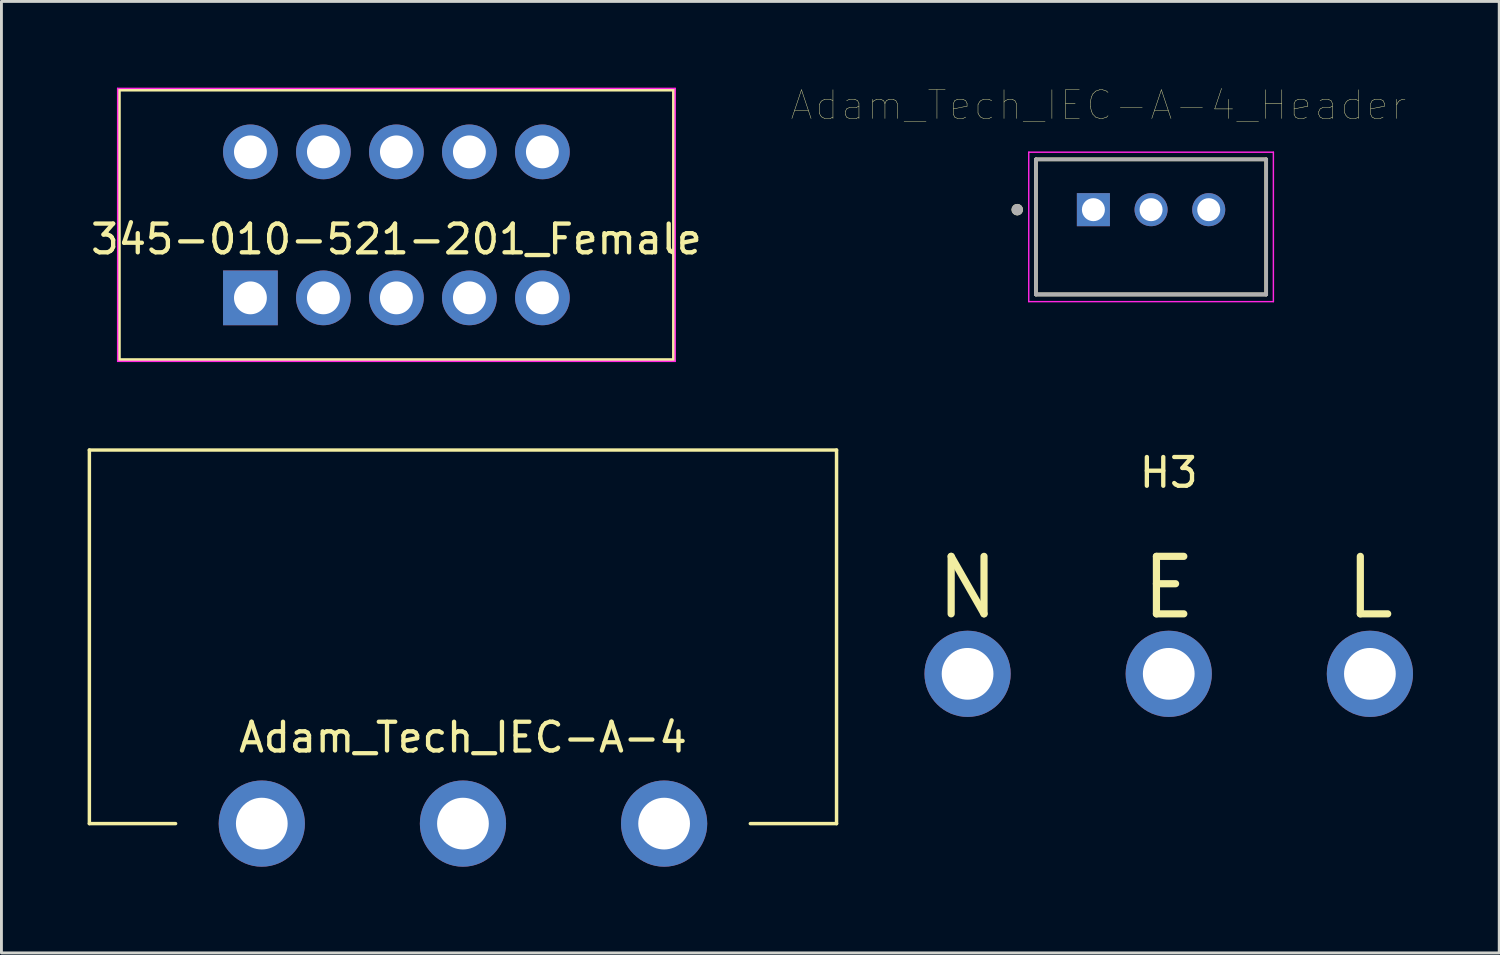
<source format=kicad_pcb>
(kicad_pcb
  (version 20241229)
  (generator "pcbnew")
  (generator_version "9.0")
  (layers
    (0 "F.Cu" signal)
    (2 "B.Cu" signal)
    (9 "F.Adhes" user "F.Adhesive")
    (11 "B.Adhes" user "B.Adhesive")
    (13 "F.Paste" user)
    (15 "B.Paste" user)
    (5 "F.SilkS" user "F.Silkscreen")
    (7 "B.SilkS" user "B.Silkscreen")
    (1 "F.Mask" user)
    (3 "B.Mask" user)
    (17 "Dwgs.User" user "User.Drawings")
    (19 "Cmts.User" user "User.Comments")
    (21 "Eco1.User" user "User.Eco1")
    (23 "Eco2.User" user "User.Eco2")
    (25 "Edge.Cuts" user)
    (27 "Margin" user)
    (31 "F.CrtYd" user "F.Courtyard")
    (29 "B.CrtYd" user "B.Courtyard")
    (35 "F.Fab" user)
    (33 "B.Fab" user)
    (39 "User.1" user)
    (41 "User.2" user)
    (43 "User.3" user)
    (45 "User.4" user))
  (footprint "H3"
    (layer "F.Cu")
    (at 37.62 20.398)
    (property "Reference" "H3" (at 0 -7 0) (layer "F.SilkS") (effects (font (size 1 1) (thickness 0.15))))
    (attr through_hole)
    (fp_text user "N" (at -7 -3 0) (layer "F.SilkS") (effects (font (size 2 2) (thickness 0.25))))
    (fp_text user "E" (at 0 -3 0) (layer "F.SilkS") (effects (font (size 2 2) (thickness 0.25))))
    (fp_text user "L" (at 7 -3 0) (layer "F.SilkS") (effects (font (size 2 2) (thickness 0.25))))
    (pad "1" thru_hole circle (at 7 0) (size 3 3) (drill 1.8) (layers "*.Cu" "*.Mask"))
    (pad "2" thru_hole circle (at -7 0) (size 3 3) (drill 1.8) (layers "*.Cu" "*.Mask"))
    (pad "3" thru_hole circle (at 0 0) (size 3 3) (drill 1.8) (layers "*.Cu" "*.Mask")))
  (footprint "345-010-521-201_Female"
    (layer "F.Cu")
    (at 10.744 4.775)
    (property "Reference" "345-010-521-201_Female" (at 0 0.5 0) (layer "F.SilkS") (effects (font (size 1 1) (thickness 0.15))))
    (attr through_hole)
    (fp_line (start -9.652 -4.699) (end 9.652 -4.699) (stroke (width 0.12) (type solid)) (layer "F.SilkS"))
    (fp_line (start -9.652 4.699) (end -9.652 -4.699) (stroke (width 0.12) (type solid)) (layer "F.SilkS"))
    (fp_line (start 9.652 -4.699) (end 9.652 4.699) (stroke (width 0.12) (type solid)) (layer "F.SilkS"))
    (fp_line (start 9.652 4.699) (end -9.652 4.699) (stroke (width 0.12) (type solid)) (layer "F.SilkS"))
    (fp_line (start -9.7 -4.75) (end -9.7 4.75) (stroke (width 0.05) (type solid)) (layer "F.CrtYd"))
    (fp_line (start -9.7 -4.75) (end 9.7 -4.75) (stroke (width 0.05) (type solid)) (layer "F.CrtYd"))
    (fp_line (start -9.7 4.75) (end 9.7 4.75) (stroke (width 0.05) (type solid)) (layer "F.CrtYd"))
    (fp_line (start 9.7 -4.75) (end 9.7 4.75) (stroke (width 0.05) (type solid)) (layer "F.CrtYd"))
    (pad "1" thru_hole rect (at -5.08 2.54) (size 1.905 1.905) (drill 1.143) (layers "*.Cu" "*.Mask"))
    (pad "2" thru_hole circle (at -5.08 -2.54) (size 1.905 1.905) (drill 1.143) (layers "*.Cu" "*.Mask"))
    (pad "3" thru_hole circle (at -2.54 2.54) (size 1.905 1.905) (drill 1.143) (layers "*.Cu" "*.Mask"))
    (pad "4" thru_hole circle (at -2.54 -2.54) (size 1.905 1.905) (drill 1.143) (layers "*.Cu" "*.Mask"))
    (pad "5" thru_hole circle (at 0 2.54 90) (size 1.905 1.905) (drill 1.143) (layers "*.Cu" "*.Mask"))
    (pad "6" thru_hole circle (at 0 -2.54) (size 1.905 1.905) (drill 1.143) (layers "*.Cu" "*.Mask"))
    (pad "7" thru_hole circle (at 2.54 2.54) (size 1.905 1.905) (drill 1.143) (layers "*.Cu" "*.Mask"))
    (pad "8" thru_hole circle (at 2.54 -2.54) (size 1.905 1.905) (drill 1.143) (layers "*.Cu" "*.Mask"))
    (pad "9" thru_hole circle (at 5.08 2.54) (size 1.905 1.905) (drill 1.143) (layers "*.Cu" "*.Mask"))
    (pad "10" thru_hole circle (at 5.08 -2.54) (size 1.905 1.905) (drill 1.143) (layers "*.Cu" "*.Mask")))
  (footprint "Adam_Tech_IEC-A-4_Header"
    (layer "F.Cu")
    (at 34.998 4.246)
    (property "Reference" "Adam_Tech_IEC-A-4_Header" (at 0.175 -3.635 0) (layer "F.SilkS") (effects (font (size 1 1) (thickness 0.015))))
    (attr through_hole)
    (fp_line (start -2 2.95) (end -2 -1.75) (stroke (width 0.127) (type solid)) (layer "F.SilkS"))
    (fp_line (start 6.013 -1.75) (end -2 -1.75) (stroke (width 0.127) (type solid)) (layer "F.SilkS"))
    (fp_line (start 6.013 -1.75) (end 6.013 2.95) (stroke (width 0.127) (type solid)) (layer "F.SilkS"))
    (fp_line (start 6.013 2.95) (end -2 2.95) (stroke (width 0.127) (type solid)) (layer "F.SilkS"))
    (fp_circle (center -2.65 0) (end -2.55 0) (stroke (width 0.2) (type solid)) (fill no) (layer "F.SilkS"))
    (fp_line (start -2.25 -2) (end 6.263 -2) (stroke (width 0.05) (type solid)) (layer "F.CrtYd"))
    (fp_line (start -2.25 3.2) (end -2.25 -2) (stroke (width 0.05) (type solid)) (layer "F.CrtYd"))
    (fp_line (start 6.263 -2) (end 6.263 3.2) (stroke (width 0.05) (type solid)) (layer "F.CrtYd"))
    (fp_line (start 6.263 3.2) (end -2.25 3.2) (stroke (width 0.05) (type solid)) (layer "F.CrtYd"))
    (fp_line (start -2 -1.75) (end 6.013 -1.75) (stroke (width 0.127) (type solid)) (layer "F.Fab"))
    (fp_line (start -2 2.95) (end -2 -1.75) (stroke (width 0.127) (type solid)) (layer "F.Fab"))
    (fp_line (start -2 2.95) (end -2 2.95) (stroke (width 0.127) (type solid)) (layer "F.Fab"))
    (fp_line (start -2 2.95) (end 6.013 2.95) (stroke (width 0.127) (type solid)) (layer "F.Fab"))
    (fp_line (start 6.013 -1.75) (end 6.013 2.95) (stroke (width 0.127) (type solid)) (layer "F.Fab"))
    (fp_line (start 6.013 2.95) (end -2 2.95) (stroke (width 0.127) (type solid)) (layer "F.Fab"))
    (fp_line (start 6.013 2.95) (end 6.013 2.95) (stroke (width 0.127) (type solid)) (layer "F.Fab"))
    (fp_circle (center -2.65 0) (end -2.55 0) (stroke (width 0.2) (type solid)) (fill no) (layer "F.Fab"))
    (pad "E" thru_hole circle (at 2.007 0) (size 1.15 1.15) (drill 0.8) (layers "*.Cu" "*.Mask"))
    (pad "L" thru_hole circle (at 4.013 0) (size 1.15 1.15) (drill 0.8) (layers "*.Cu" "*.Mask"))
    (pad "N" thru_hole rect (at 0 0) (size 1.15 1.15) (drill 0.8) (layers "*.Cu" "*.Mask")))
  (footprint "Adam_Tech_IEC-A-4"
    (layer "F.Cu")
    (at 13.06 25.61)
    (property "Reference" "Adam_Tech_IEC-A-4" (at 0 -3 0) (layer "F.SilkS") (effects (font (size 1 1) (thickness 0.15))))
    (attr through_hole)
    (fp_line (start -13 -13) (end 13 -13) (stroke (width 0.12) (type solid)) (layer "F.SilkS"))
    (fp_line (start -13 0) (end -13 -13) (stroke (width 0.12) (type solid)) (layer "F.SilkS"))
    (fp_line (start -10 0) (end -13 0) (stroke (width 0.12) (type solid)) (layer "F.SilkS"))
    (fp_line (start 10 0) (end 13 0) (stroke (width 0.12) (type solid)) (layer "F.SilkS"))
    (fp_line (start 13 0) (end 13 -13) (stroke (width 0.12) (type solid)) (layer "F.SilkS"))
    (pad "E" thru_hole circle (at 0 0) (size 3 3) (drill 1.8) (layers "*.Cu" "*.Mask"))
    (pad "L" thru_hole circle (at 7 0) (size 3 3) (drill 1.8) (layers "*.Cu" "*.Mask"))
    (pad "N" thru_hole circle (at -7 0) (size 3 3) (drill 1.8) (layers "*.Cu" "*.Mask")))
  (gr_rect
    (start -3 -3)
    (end 49.12 30.11)
    (stroke (width 0.1) (type default))
    (fill no)
    (layer "Edge.Cuts")))
</source>
